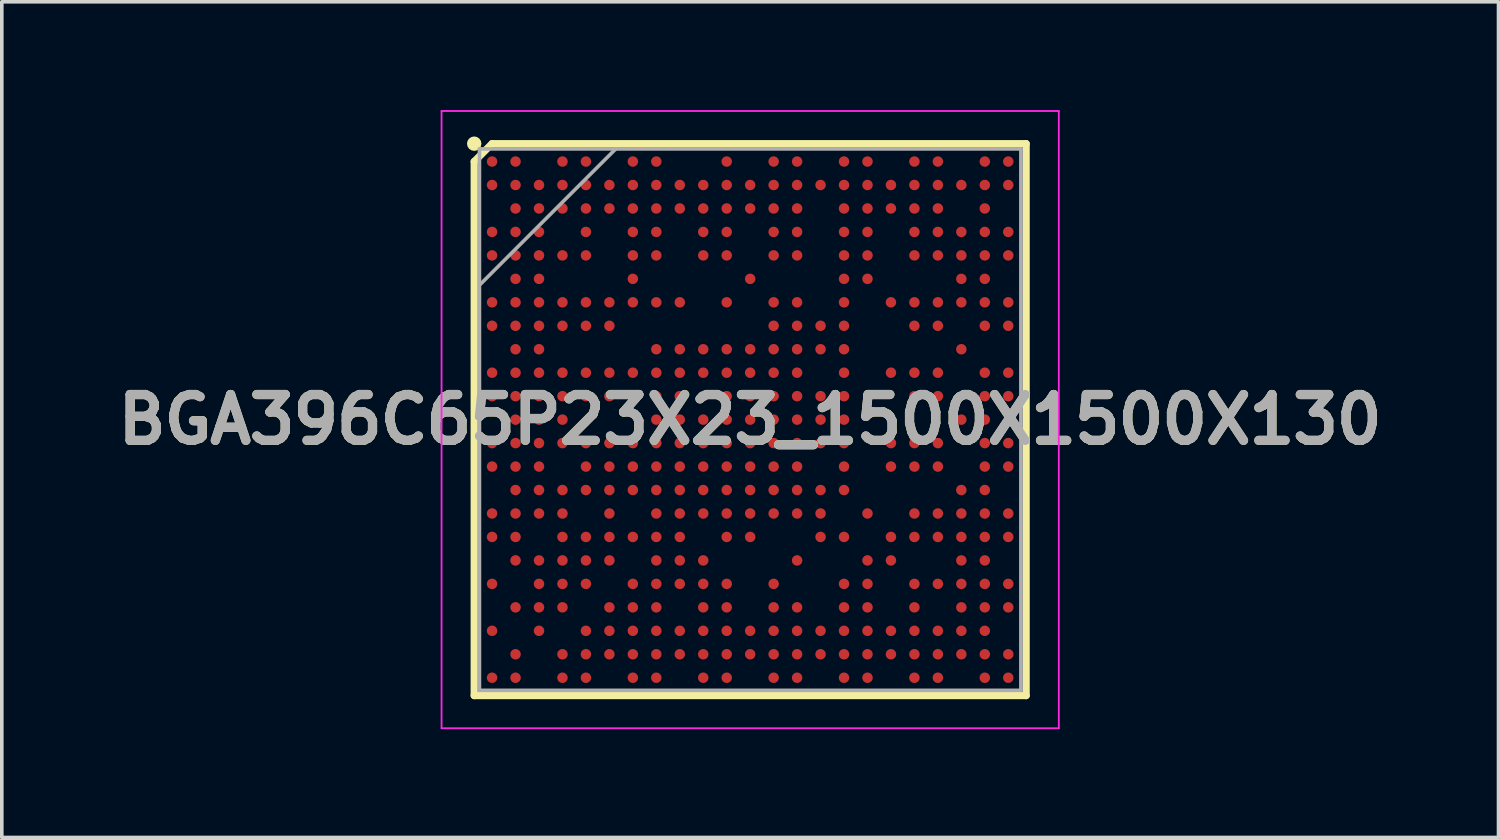
<source format=kicad_pcb>
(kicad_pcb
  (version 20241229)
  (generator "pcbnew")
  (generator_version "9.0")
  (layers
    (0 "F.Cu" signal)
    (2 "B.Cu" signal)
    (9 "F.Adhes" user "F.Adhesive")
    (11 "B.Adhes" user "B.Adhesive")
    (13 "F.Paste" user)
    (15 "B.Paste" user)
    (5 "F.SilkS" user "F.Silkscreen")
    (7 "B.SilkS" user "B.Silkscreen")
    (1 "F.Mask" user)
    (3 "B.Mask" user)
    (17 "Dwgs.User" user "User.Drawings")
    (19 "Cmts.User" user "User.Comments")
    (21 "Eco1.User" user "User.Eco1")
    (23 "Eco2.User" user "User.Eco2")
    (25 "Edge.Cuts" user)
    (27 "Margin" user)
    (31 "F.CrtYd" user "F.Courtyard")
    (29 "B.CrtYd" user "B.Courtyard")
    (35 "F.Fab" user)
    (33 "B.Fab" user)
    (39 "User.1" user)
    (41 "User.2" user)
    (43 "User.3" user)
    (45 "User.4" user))
  (footprint "BGA396C65P23X23_1500X1500X130"
    (layer "F.Cu")
    (at 17.732 8.575)
    (property "Reference" "BGA396C65P23X23_1500X1500X130" (at 0 0 0) (layer "F.SilkS") (effects (font (size 1.27 1.27) (thickness 0.254))))
    (attr smd)
    (fp_line (start -7.645 -7.15) (end -7.15 -7.645) (stroke (width 0.2) (type solid)) (layer "F.SilkS"))
    (fp_line (start -7.645 7.645) (end -7.645 -7.15) (stroke (width 0.2) (type solid)) (layer "F.SilkS"))
    (fp_line (start -7.15 -7.645) (end 7.645 -7.645) (stroke (width 0.2) (type solid)) (layer "F.SilkS"))
    (fp_line (start 7.645 -7.645) (end 7.645 7.645) (stroke (width 0.2) (type solid)) (layer "F.SilkS"))
    (fp_line (start 7.645 7.645) (end -7.645 7.645) (stroke (width 0.2) (type solid)) (layer "F.SilkS"))
    (fp_circle (center -7.645 -7.645) (end -7.645 -7.545) (stroke (width 0.2) (type solid)) (fill no) (layer "F.SilkS"))
    (fp_line (start -8.55 -8.55) (end 8.55 -8.55) (stroke (width 0.05) (type solid)) (layer "F.CrtYd"))
    (fp_line (start -8.55 8.55) (end -8.55 -8.55) (stroke (width 0.05) (type solid)) (layer "F.CrtYd"))
    (fp_line (start 8.55 -8.55) (end 8.55 8.55) (stroke (width 0.05) (type solid)) (layer "F.CrtYd"))
    (fp_line (start 8.55 8.55) (end -8.55 8.55) (stroke (width 0.05) (type solid)) (layer "F.CrtYd"))
    (fp_line (start -7.5 -7.5) (end 7.5 -7.5) (stroke (width 0.1) (type solid)) (layer "F.Fab"))
    (fp_line (start -7.5 -3.725) (end -3.725 -7.5) (stroke (width 0.1) (type solid)) (layer "F.Fab"))
    (fp_line (start -7.5 7.5) (end -7.5 -7.5) (stroke (width 0.1) (type solid)) (layer "F.Fab"))
    (fp_line (start 7.5 -7.5) (end 7.5 7.5) (stroke (width 0.1) (type solid)) (layer "F.Fab"))
    (fp_line (start 7.5 7.5) (end -7.5 7.5) (stroke (width 0.1) (type solid)) (layer "F.Fab"))
    (fp_text user "${REFERENCE}" (at 0 0 0) (layer "F.Fab") (effects (font (size 1.27 1.27) (thickness 0.254))))
    (pad "A1" smd circle (at -7.15 -7.15 90) (size 0.29 0.29) (layers "F.Cu" "F.Mask" "F.Paste"))
    (pad "A2" smd circle (at -6.5 -7.15 90) (size 0.29 0.29) (layers "F.Cu" "F.Mask" "F.Paste"))
    (pad "A4" smd circle (at -5.2 -7.15 90) (size 0.29 0.29) (layers "F.Cu" "F.Mask" "F.Paste"))
    (pad "A5" smd circle (at -4.55 -7.15 90) (size 0.29 0.29) (layers "F.Cu" "F.Mask" "F.Paste"))
    (pad "A7" smd circle (at -3.25 -7.15 90) (size 0.29 0.29) (layers "F.Cu" "F.Mask" "F.Paste"))
    (pad "A8" smd circle (at -2.6 -7.15 90) (size 0.29 0.29) (layers "F.Cu" "F.Mask" "F.Paste"))
    (pad "A11" smd circle (at -0.65 -7.15 90) (size 0.29 0.29) (layers "F.Cu" "F.Mask" "F.Paste"))
    (pad "A13" smd circle (at 0.65 -7.15 90) (size 0.29 0.29) (layers "F.Cu" "F.Mask" "F.Paste"))
    (pad "A14" smd circle (at 1.3 -7.15 90) (size 0.29 0.29) (layers "F.Cu" "F.Mask" "F.Paste"))
    (pad "A16" smd circle (at 2.6 -7.15 90) (size 0.29 0.29) (layers "F.Cu" "F.Mask" "F.Paste"))
    (pad "A17" smd circle (at 3.25 -7.15 90) (size 0.29 0.29) (layers "F.Cu" "F.Mask" "F.Paste"))
    (pad "A19" smd circle (at 4.55 -7.15 90) (size 0.29 0.29) (layers "F.Cu" "F.Mask" "F.Paste"))
    (pad "A20" smd circle (at 5.2 -7.15 90) (size 0.29 0.29) (layers "F.Cu" "F.Mask" "F.Paste"))
    (pad "A22" smd circle (at 6.5 -7.15 90) (size 0.29 0.29) (layers "F.Cu" "F.Mask" "F.Paste"))
    (pad "A23" smd circle (at 7.15 -7.15 90) (size 0.29 0.29) (layers "F.Cu" "F.Mask" "F.Paste"))
    (pad "AA1" smd circle (at -7.15 5.85 90) (size 0.29 0.29) (layers "F.Cu" "F.Mask" "F.Paste"))
    (pad "AA3" smd circle (at -5.85 5.85 90) (size 0.29 0.29) (layers "F.Cu" "F.Mask" "F.Paste"))
    (pad "AA5" smd circle (at -4.55 5.85 90) (size 0.29 0.29) (layers "F.Cu" "F.Mask" "F.Paste"))
    (pad "AA6" smd circle (at -3.9 5.85 90) (size 0.29 0.29) (layers "F.Cu" "F.Mask" "F.Paste"))
    (pad "AA7" smd circle (at -3.25 5.85 90) (size 0.29 0.29) (layers "F.Cu" "F.Mask" "F.Paste"))
    (pad "AA8" smd circle (at -2.6 5.85 90) (size 0.29 0.29) (layers "F.Cu" "F.Mask" "F.Paste"))
    (pad "AA9" smd circle (at -1.95 5.85 90) (size 0.29 0.29) (layers "F.Cu" "F.Mask" "F.Paste"))
    (pad "AA10" smd circle (at -1.3 5.85 90) (size 0.29 0.29) (layers "F.Cu" "F.Mask" "F.Paste"))
    (pad "AA11" smd circle (at -0.65 5.85 90) (size 0.29 0.29) (layers "F.Cu" "F.Mask" "F.Paste"))
    (pad "AA12" smd circle (at 0 5.85 90) (size 0.29 0.29) (layers "F.Cu" "F.Mask" "F.Paste"))
    (pad "AA13" smd circle (at 0.65 5.85 90) (size 0.29 0.29) (layers "F.Cu" "F.Mask" "F.Paste"))
    (pad "AA14" smd circle (at 1.3 5.85 90) (size 0.29 0.29) (layers "F.Cu" "F.Mask" "F.Paste"))
    (pad "AA15" smd circle (at 1.95 5.85 90) (size 0.29 0.29) (layers "F.Cu" "F.Mask" "F.Paste"))
    (pad "AA16" smd circle (at 2.6 5.85 90) (size 0.29 0.29) (layers "F.Cu" "F.Mask" "F.Paste"))
    (pad "AA17" smd circle (at 3.25 5.85 90) (size 0.29 0.29) (layers "F.Cu" "F.Mask" "F.Paste"))
    (pad "AA18" smd circle (at 3.9 5.85 90) (size 0.29 0.29) (layers "F.Cu" "F.Mask" "F.Paste"))
    (pad "AA19" smd circle (at 4.55 5.85 90) (size 0.29 0.29) (layers "F.Cu" "F.Mask" "F.Paste"))
    (pad "AA20" smd circle (at 5.2 5.85 90) (size 0.29 0.29) (layers "F.Cu" "F.Mask" "F.Paste"))
    (pad "AA21" smd circle (at 5.85 5.85 90) (size 0.29 0.29) (layers "F.Cu" "F.Mask" "F.Paste"))
    (pad "AA22" smd circle (at 6.5 5.85 90) (size 0.29 0.29) (layers "F.Cu" "F.Mask" "F.Paste"))
    (pad "AB2" smd circle (at -6.5 6.5 90) (size 0.29 0.29) (layers "F.Cu" "F.Mask" "F.Paste"))
    (pad "AB4" smd circle (at -5.2 6.5 90) (size 0.29 0.29) (layers "F.Cu" "F.Mask" "F.Paste"))
    (pad "AB5" smd circle (at -4.55 6.5 90) (size 0.29 0.29) (layers "F.Cu" "F.Mask" "F.Paste"))
    (pad "AB6" smd circle (at -3.9 6.5 90) (size 0.29 0.29) (layers "F.Cu" "F.Mask" "F.Paste"))
    (pad "AB7" smd circle (at -3.25 6.5 90) (size 0.29 0.29) (layers "F.Cu" "F.Mask" "F.Paste"))
    (pad "AB8" smd circle (at -2.6 6.5 90) (size 0.29 0.29) (layers "F.Cu" "F.Mask" "F.Paste"))
    (pad "AB9" smd circle (at -1.95 6.5 90) (size 0.29 0.29) (layers "F.Cu" "F.Mask" "F.Paste"))
    (pad "AB10" smd circle (at -1.3 6.5 90) (size 0.29 0.29) (layers "F.Cu" "F.Mask" "F.Paste"))
    (pad "AB11" smd circle (at -0.65 6.5 90) (size 0.29 0.29) (layers "F.Cu" "F.Mask" "F.Paste"))
    (pad "AB12" smd circle (at 0 6.5 90) (size 0.29 0.29) (layers "F.Cu" "F.Mask" "F.Paste"))
    (pad "AB13" smd circle (at 0.65 6.5 90) (size 0.29 0.29) (layers "F.Cu" "F.Mask" "F.Paste"))
    (pad "AB14" smd circle (at 1.3 6.5 90) (size 0.29 0.29) (layers "F.Cu" "F.Mask" "F.Paste"))
    (pad "AB15" smd circle (at 1.95 6.5 90) (size 0.29 0.29) (layers "F.Cu" "F.Mask" "F.Paste"))
    (pad "AB16" smd circle (at 2.6 6.5 90) (size 0.29 0.29) (layers "F.Cu" "F.Mask" "F.Paste"))
    (pad "AB17" smd circle (at 3.25 6.5 90) (size 0.29 0.29) (layers "F.Cu" "F.Mask" "F.Paste"))
    (pad "AB18" smd circle (at 3.9 6.5 90) (size 0.29 0.29) (layers "F.Cu" "F.Mask" "F.Paste"))
    (pad "AB19" smd circle (at 4.55 6.5 90) (size 0.29 0.29) (layers "F.Cu" "F.Mask" "F.Paste"))
    (pad "AB20" smd circle (at 5.2 6.5 90) (size 0.29 0.29) (layers "F.Cu" "F.Mask" "F.Paste"))
    (pad "AB21" smd circle (at 5.85 6.5 90) (size 0.29 0.29) (layers "F.Cu" "F.Mask" "F.Paste"))
    (pad "AB22" smd circle (at 6.5 6.5 90) (size 0.29 0.29) (layers "F.Cu" "F.Mask" "F.Paste"))
    (pad "AB23" smd circle (at 7.15 6.5 90) (size 0.29 0.29) (layers "F.Cu" "F.Mask" "F.Paste"))
    (pad "AC1" smd circle (at -7.15 7.15 90) (size 0.29 0.29) (layers "F.Cu" "F.Mask" "F.Paste"))
    (pad "AC2" smd circle (at -6.5 7.15 90) (size 0.29 0.29) (layers "F.Cu" "F.Mask" "F.Paste"))
    (pad "AC4" smd circle (at -5.2 7.15 90) (size 0.29 0.29) (layers "F.Cu" "F.Mask" "F.Paste"))
    (pad "AC5" smd circle (at -4.55 7.15 90) (size 0.29 0.29) (layers "F.Cu" "F.Mask" "F.Paste"))
    (pad "AC7" smd circle (at -3.25 7.15 90) (size 0.29 0.29) (layers "F.Cu" "F.Mask" "F.Paste"))
    (pad "AC8" smd circle (at -2.6 7.15 90) (size 0.29 0.29) (layers "F.Cu" "F.Mask" "F.Paste"))
    (pad "AC10" smd circle (at -1.3 7.15 90) (size 0.29 0.29) (layers "F.Cu" "F.Mask" "F.Paste"))
    (pad "AC11" smd circle (at -0.65 7.15 90) (size 0.29 0.29) (layers "F.Cu" "F.Mask" "F.Paste"))
    (pad "AC13" smd circle (at 0.65 7.15 90) (size 0.29 0.29) (layers "F.Cu" "F.Mask" "F.Paste"))
    (pad "AC14" smd circle (at 1.3 7.15 90) (size 0.29 0.29) (layers "F.Cu" "F.Mask" "F.Paste"))
    (pad "AC16" smd circle (at 2.6 7.15 90) (size 0.29 0.29) (layers "F.Cu" "F.Mask" "F.Paste"))
    (pad "AC17" smd circle (at 3.25 7.15 90) (size 0.29 0.29) (layers "F.Cu" "F.Mask" "F.Paste"))
    (pad "AC19" smd circle (at 4.55 7.15 90) (size 0.29 0.29) (layers "F.Cu" "F.Mask" "F.Paste"))
    (pad "AC20" smd circle (at 5.2 7.15 90) (size 0.29 0.29) (layers "F.Cu" "F.Mask" "F.Paste"))
    (pad "AC22" smd circle (at 6.5 7.15 90) (size 0.29 0.29) (layers "F.Cu" "F.Mask" "F.Paste"))
    (pad "AC23" smd circle (at 7.15 7.15 90) (size 0.29 0.29) (layers "F.Cu" "F.Mask" "F.Paste"))
    (pad "B1" smd circle (at -7.15 -6.5 90) (size 0.29 0.29) (layers "F.Cu" "F.Mask" "F.Paste"))
    (pad "B2" smd circle (at -6.5 -6.5 90) (size 0.29 0.29) (layers "F.Cu" "F.Mask" "F.Paste"))
    (pad "B3" smd circle (at -5.85 -6.5 90) (size 0.29 0.29) (layers "F.Cu" "F.Mask" "F.Paste"))
    (pad "B4" smd circle (at -5.2 -6.5 90) (size 0.29 0.29) (layers "F.Cu" "F.Mask" "F.Paste"))
    (pad "B5" smd circle (at -4.55 -6.5 90) (size 0.29 0.29) (layers "F.Cu" "F.Mask" "F.Paste"))
    (pad "B6" smd circle (at -3.9 -6.5 90) (size 0.29 0.29) (layers "F.Cu" "F.Mask" "F.Paste"))
    (pad "B7" smd circle (at -3.25 -6.5 90) (size 0.29 0.29) (layers "F.Cu" "F.Mask" "F.Paste"))
    (pad "B8" smd circle (at -2.6 -6.5 90) (size 0.29 0.29) (layers "F.Cu" "F.Mask" "F.Paste"))
    (pad "B9" smd circle (at -1.95 -6.5 90) (size 0.29 0.29) (layers "F.Cu" "F.Mask" "F.Paste"))
    (pad "B10" smd circle (at -1.3 -6.5 90) (size 0.29 0.29) (layers "F.Cu" "F.Mask" "F.Paste"))
    (pad "B11" smd circle (at -0.65 -6.5 90) (size 0.29 0.29) (layers "F.Cu" "F.Mask" "F.Paste"))
    (pad "B12" smd circle (at 0 -6.5 90) (size 0.29 0.29) (layers "F.Cu" "F.Mask" "F.Paste"))
    (pad "B13" smd circle (at 0.65 -6.5 90) (size 0.29 0.29) (layers "F.Cu" "F.Mask" "F.Paste"))
    (pad "B14" smd circle (at 1.3 -6.5 90) (size 0.29 0.29) (layers "F.Cu" "F.Mask" "F.Paste"))
    (pad "B15" smd circle (at 1.95 -6.5 90) (size 0.29 0.29) (layers "F.Cu" "F.Mask" "F.Paste"))
    (pad "B16" smd circle (at 2.6 -6.5 90) (size 0.29 0.29) (layers "F.Cu" "F.Mask" "F.Paste"))
    (pad "B17" smd circle (at 3.25 -6.5 90) (size 0.29 0.29) (layers "F.Cu" "F.Mask" "F.Paste"))
    (pad "B18" smd circle (at 3.9 -6.5 90) (size 0.29 0.29) (layers "F.Cu" "F.Mask" "F.Paste"))
    (pad "B19" smd circle (at 4.55 -6.5 90) (size 0.29 0.29) (layers "F.Cu" "F.Mask" "F.Paste"))
    (pad "B20" smd circle (at 5.2 -6.5 90) (size 0.29 0.29) (layers "F.Cu" "F.Mask" "F.Paste"))
    (pad "B21" smd circle (at 5.85 -6.5 90) (size 0.29 0.29) (layers "F.Cu" "F.Mask" "F.Paste"))
    (pad "B22" smd circle (at 6.5 -6.5 90) (size 0.29 0.29) (layers "F.Cu" "F.Mask" "F.Paste"))
    (pad "B23" smd circle (at 7.15 -6.5 90) (size 0.29 0.29) (layers "F.Cu" "F.Mask" "F.Paste"))
    (pad "C2" smd circle (at -6.5 -5.85 90) (size 0.29 0.29) (layers "F.Cu" "F.Mask" "F.Paste"))
    (pad "C3" smd circle (at -5.85 -5.85 90) (size 0.29 0.29) (layers "F.Cu" "F.Mask" "F.Paste"))
    (pad "C4" smd circle (at -5.2 -5.85 90) (size 0.29 0.29) (layers "F.Cu" "F.Mask" "F.Paste"))
    (pad "C5" smd circle (at -4.55 -5.85 90) (size 0.29 0.29) (layers "F.Cu" "F.Mask" "F.Paste"))
    (pad "C6" smd circle (at -3.9 -5.85 90) (size 0.29 0.29) (layers "F.Cu" "F.Mask" "F.Paste"))
    (pad "C7" smd circle (at -3.25 -5.85 90) (size 0.29 0.29) (layers "F.Cu" "F.Mask" "F.Paste"))
    (pad "C8" smd circle (at -2.6 -5.85 90) (size 0.29 0.29) (layers "F.Cu" "F.Mask" "F.Paste"))
    (pad "C9" smd circle (at -1.95 -5.85 90) (size 0.29 0.29) (layers "F.Cu" "F.Mask" "F.Paste"))
    (pad "C10" smd circle (at -1.3 -5.85 90) (size 0.29 0.29) (layers "F.Cu" "F.Mask" "F.Paste"))
    (pad "C11" smd circle (at -0.65 -5.85 90) (size 0.29 0.29) (layers "F.Cu" "F.Mask" "F.Paste"))
    (pad "C12" smd circle (at 0 -5.85 90) (size 0.29 0.29) (layers "F.Cu" "F.Mask" "F.Paste"))
    (pad "C13" smd circle (at 0.65 -5.85 90) (size 0.29 0.29) (layers "F.Cu" "F.Mask" "F.Paste"))
    (pad "C14" smd circle (at 1.3 -5.85 90) (size 0.29 0.29) (layers "F.Cu" "F.Mask" "F.Paste"))
    (pad "C16" smd circle (at 2.6 -5.85 90) (size 0.29 0.29) (layers "F.Cu" "F.Mask" "F.Paste"))
    (pad "C17" smd circle (at 3.25 -5.85 90) (size 0.29 0.29) (layers "F.Cu" "F.Mask" "F.Paste"))
    (pad "C18" smd circle (at 3.9 -5.85 90) (size 0.29 0.29) (layers "F.Cu" "F.Mask" "F.Paste"))
    (pad "C19" smd circle (at 4.55 -5.85 90) (size 0.29 0.29) (layers "F.Cu" "F.Mask" "F.Paste"))
    (pad "C20" smd circle (at 5.2 -5.85 90) (size 0.29 0.29) (layers "F.Cu" "F.Mask" "F.Paste"))
    (pad "C22" smd circle (at 6.5 -5.85 90) (size 0.29 0.29) (layers "F.Cu" "F.Mask" "F.Paste"))
    (pad "D1" smd circle (at -7.15 -5.2 90) (size 0.29 0.29) (layers "F.Cu" "F.Mask" "F.Paste"))
    (pad "D2" smd circle (at -6.5 -5.2 90) (size 0.29 0.29) (layers "F.Cu" "F.Mask" "F.Paste"))
    (pad "D3" smd circle (at -5.85 -5.2 90) (size 0.29 0.29) (layers "F.Cu" "F.Mask" "F.Paste"))
    (pad "D5" smd circle (at -4.55 -5.2 90) (size 0.29 0.29) (layers "F.Cu" "F.Mask" "F.Paste"))
    (pad "D7" smd circle (at -3.25 -5.2 90) (size 0.29 0.29) (layers "F.Cu" "F.Mask" "F.Paste"))
    (pad "D8" smd circle (at -2.6 -5.2 90) (size 0.29 0.29) (layers "F.Cu" "F.Mask" "F.Paste"))
    (pad "D10" smd circle (at -1.3 -5.2 90) (size 0.29 0.29) (layers "F.Cu" "F.Mask" "F.Paste"))
    (pad "D11" smd circle (at -0.65 -5.2 90) (size 0.29 0.29) (layers "F.Cu" "F.Mask" "F.Paste"))
    (pad "D13" smd circle (at 0.65 -5.2 90) (size 0.29 0.29) (layers "F.Cu" "F.Mask" "F.Paste"))
    (pad "D14" smd circle (at 1.3 -5.2 90) (size 0.29 0.29) (layers "F.Cu" "F.Mask" "F.Paste"))
    (pad "D16" smd circle (at 2.6 -5.2 90) (size 0.29 0.29) (layers "F.Cu" "F.Mask" "F.Paste"))
    (pad "D17" smd circle (at 3.25 -5.2 90) (size 0.29 0.29) (layers "F.Cu" "F.Mask" "F.Paste"))
    (pad "D19" smd circle (at 4.55 -5.2 90) (size 0.29 0.29) (layers "F.Cu" "F.Mask" "F.Paste"))
    (pad "D20" smd circle (at 5.2 -5.2 90) (size 0.29 0.29) (layers "F.Cu" "F.Mask" "F.Paste"))
    (pad "D21" smd circle (at 5.85 -5.2 90) (size 0.29 0.29) (layers "F.Cu" "F.Mask" "F.Paste"))
    (pad "D22" smd circle (at 6.5 -5.2 90) (size 0.29 0.29) (layers "F.Cu" "F.Mask" "F.Paste"))
    (pad "D23" smd circle (at 7.15 -5.2 90) (size 0.29 0.29) (layers "F.Cu" "F.Mask" "F.Paste"))
    (pad "E1" smd circle (at -7.15 -4.55 90) (size 0.29 0.29) (layers "F.Cu" "F.Mask" "F.Paste"))
    (pad "E2" smd circle (at -6.5 -4.55 90) (size 0.29 0.29) (layers "F.Cu" "F.Mask" "F.Paste"))
    (pad "E3" smd circle (at -5.85 -4.55 90) (size 0.29 0.29) (layers "F.Cu" "F.Mask" "F.Paste"))
    (pad "E4" smd circle (at -5.2 -4.55 90) (size 0.29 0.29) (layers "F.Cu" "F.Mask" "F.Paste"))
    (pad "E5" smd circle (at -4.55 -4.55 90) (size 0.29 0.29) (layers "F.Cu" "F.Mask" "F.Paste"))
    (pad "E7" smd circle (at -3.25 -4.55 90) (size 0.29 0.29) (layers "F.Cu" "F.Mask" "F.Paste"))
    (pad "E8" smd circle (at -2.6 -4.55 90) (size 0.29 0.29) (layers "F.Cu" "F.Mask" "F.Paste"))
    (pad "E10" smd circle (at -1.3 -4.55 90) (size 0.29 0.29) (layers "F.Cu" "F.Mask" "F.Paste"))
    (pad "E11" smd circle (at -0.65 -4.55 90) (size 0.29 0.29) (layers "F.Cu" "F.Mask" "F.Paste"))
    (pad "E13" smd circle (at 0.65 -4.55 90) (size 0.29 0.29) (layers "F.Cu" "F.Mask" "F.Paste"))
    (pad "E14" smd circle (at 1.3 -4.55 90) (size 0.29 0.29) (layers "F.Cu" "F.Mask" "F.Paste"))
    (pad "E16" smd circle (at 2.6 -4.55 90) (size 0.29 0.29) (layers "F.Cu" "F.Mask" "F.Paste"))
    (pad "E17" smd circle (at 3.25 -4.55 90) (size 0.29 0.29) (layers "F.Cu" "F.Mask" "F.Paste"))
    (pad "E19" smd circle (at 4.55 -4.55 90) (size 0.29 0.29) (layers "F.Cu" "F.Mask" "F.Paste"))
    (pad "E20" smd circle (at 5.2 -4.55 90) (size 0.29 0.29) (layers "F.Cu" "F.Mask" "F.Paste"))
    (pad "E21" smd circle (at 5.85 -4.55 90) (size 0.29 0.29) (layers "F.Cu" "F.Mask" "F.Paste"))
    (pad "E22" smd circle (at 6.5 -4.55 90) (size 0.29 0.29) (layers "F.Cu" "F.Mask" "F.Paste"))
    (pad "E23" smd circle (at 7.15 -4.55 90) (size 0.29 0.29) (layers "F.Cu" "F.Mask" "F.Paste"))
    (pad "F2" smd circle (at -6.5 -3.9 90) (size 0.29 0.29) (layers "F.Cu" "F.Mask" "F.Paste"))
    (pad "F3" smd circle (at -5.85 -3.9 90) (size 0.29 0.29) (layers "F.Cu" "F.Mask" "F.Paste"))
    (pad "F7" smd circle (at -3.25 -3.9 90) (size 0.29 0.29) (layers "F.Cu" "F.Mask" "F.Paste"))
    (pad "F12" smd circle (at 0 -3.9 90) (size 0.29 0.29) (layers "F.Cu" "F.Mask" "F.Paste"))
    (pad "F16" smd circle (at 2.6 -3.9 90) (size 0.29 0.29) (layers "F.Cu" "F.Mask" "F.Paste"))
    (pad "F17" smd circle (at 3.25 -3.9 90) (size 0.29 0.29) (layers "F.Cu" "F.Mask" "F.Paste"))
    (pad "F21" smd circle (at 5.85 -3.9 90) (size 0.29 0.29) (layers "F.Cu" "F.Mask" "F.Paste"))
    (pad "F22" smd circle (at 6.5 -3.9 90) (size 0.29 0.29) (layers "F.Cu" "F.Mask" "F.Paste"))
    (pad "G1" smd circle (at -7.15 -3.25 90) (size 0.29 0.29) (layers "F.Cu" "F.Mask" "F.Paste"))
    (pad "G2" smd circle (at -6.5 -3.25 90) (size 0.29 0.29) (layers "F.Cu" "F.Mask" "F.Paste"))
    (pad "G3" smd circle (at -5.85 -3.25 90) (size 0.29 0.29) (layers "F.Cu" "F.Mask" "F.Paste"))
    (pad "G4" smd circle (at -5.2 -3.25 90) (size 0.29 0.29) (layers "F.Cu" "F.Mask" "F.Paste"))
    (pad "G5" smd circle (at -4.55 -3.25 90) (size 0.29 0.29) (layers "F.Cu" "F.Mask" "F.Paste"))
    (pad "G6" smd circle (at -3.9 -3.25 90) (size 0.29 0.29) (layers "F.Cu" "F.Mask" "F.Paste"))
    (pad "G7" smd circle (at -3.25 -3.25 90) (size 0.29 0.29) (layers "F.Cu" "F.Mask" "F.Paste"))
    (pad "G8" smd circle (at -2.6 -3.25 90) (size 0.29 0.29) (layers "F.Cu" "F.Mask" "F.Paste"))
    (pad "G9" smd circle (at -1.95 -3.25 90) (size 0.29 0.29) (layers "F.Cu" "F.Mask" "F.Paste"))
    (pad "G11" smd circle (at -0.65 -3.25 90) (size 0.29 0.29) (layers "F.Cu" "F.Mask" "F.Paste"))
    (pad "G13" smd circle (at 0.65 -3.25 90) (size 0.29 0.29) (layers "F.Cu" "F.Mask" "F.Paste"))
    (pad "G14" smd circle (at 1.3 -3.25 90) (size 0.29 0.29) (layers "F.Cu" "F.Mask" "F.Paste"))
    (pad "G16" smd circle (at 2.6 -3.25 90) (size 0.29 0.29) (layers "F.Cu" "F.Mask" "F.Paste"))
    (pad "G18" smd circle (at 3.9 -3.25 90) (size 0.29 0.29) (layers "F.Cu" "F.Mask" "F.Paste"))
    (pad "G19" smd circle (at 4.55 -3.25 90) (size 0.29 0.29) (layers "F.Cu" "F.Mask" "F.Paste"))
    (pad "G20" smd circle (at 5.2 -3.25 90) (size 0.29 0.29) (layers "F.Cu" "F.Mask" "F.Paste"))
    (pad "G21" smd circle (at 5.85 -3.25 90) (size 0.29 0.29) (layers "F.Cu" "F.Mask" "F.Paste"))
    (pad "G22" smd circle (at 6.5 -3.25 90) (size 0.29 0.29) (layers "F.Cu" "F.Mask" "F.Paste"))
    (pad "G23" smd circle (at 7.15 -3.25 90) (size 0.29 0.29) (layers "F.Cu" "F.Mask" "F.Paste"))
    (pad "H1" smd circle (at -7.15 -2.6 90) (size 0.29 0.29) (layers "F.Cu" "F.Mask" "F.Paste"))
    (pad "H2" smd circle (at -6.5 -2.6 90) (size 0.29 0.29) (layers "F.Cu" "F.Mask" "F.Paste"))
    (pad "H3" smd circle (at -5.85 -2.6 90) (size 0.29 0.29) (layers "F.Cu" "F.Mask" "F.Paste"))
    (pad "H4" smd circle (at -5.2 -2.6 90) (size 0.29 0.29) (layers "F.Cu" "F.Mask" "F.Paste"))
    (pad "H5" smd circle (at -4.55 -2.6 90) (size 0.29 0.29) (layers "F.Cu" "F.Mask" "F.Paste"))
    (pad "H6" smd circle (at -3.9 -2.6 90) (size 0.29 0.29) (layers "F.Cu" "F.Mask" "F.Paste"))
    (pad "H13" smd circle (at 0.65 -2.6 90) (size 0.29 0.29) (layers "F.Cu" "F.Mask" "F.Paste"))
    (pad "H14" smd circle (at 1.3 -2.6 90) (size 0.29 0.29) (layers "F.Cu" "F.Mask" "F.Paste"))
    (pad "H15" smd circle (at 1.95 -2.6 90) (size 0.29 0.29) (layers "F.Cu" "F.Mask" "F.Paste"))
    (pad "H16" smd circle (at 2.6 -2.6 90) (size 0.29 0.29) (layers "F.Cu" "F.Mask" "F.Paste"))
    (pad "H19" smd circle (at 4.55 -2.6 90) (size 0.29 0.29) (layers "F.Cu" "F.Mask" "F.Paste"))
    (pad "H20" smd circle (at 5.2 -2.6 90) (size 0.29 0.29) (layers "F.Cu" "F.Mask" "F.Paste"))
    (pad "H22" smd circle (at 6.5 -2.6 90) (size 0.29 0.29) (layers "F.Cu" "F.Mask" "F.Paste"))
    (pad "H23" smd circle (at 7.15 -2.6 90) (size 0.29 0.29) (layers "F.Cu" "F.Mask" "F.Paste"))
    (pad "J2" smd circle (at -6.5 -1.95 90) (size 0.29 0.29) (layers "F.Cu" "F.Mask" "F.Paste"))
    (pad "J3" smd circle (at -5.85 -1.95 90) (size 0.29 0.29) (layers "F.Cu" "F.Mask" "F.Paste"))
    (pad "J8" smd circle (at -2.6 -1.95 90) (size 0.29 0.29) (layers "F.Cu" "F.Mask" "F.Paste"))
    (pad "J9" smd circle (at -1.95 -1.95 90) (size 0.29 0.29) (layers "F.Cu" "F.Mask" "F.Paste"))
    (pad "J10" smd circle (at -1.3 -1.95 90) (size 0.29 0.29) (layers "F.Cu" "F.Mask" "F.Paste"))
    (pad "J11" smd circle (at -0.65 -1.95 90) (size 0.29 0.29) (layers "F.Cu" "F.Mask" "F.Paste"))
    (pad "J12" smd circle (at 0 -1.95 90) (size 0.29 0.29) (layers "F.Cu" "F.Mask" "F.Paste"))
    (pad "J13" smd circle (at 0.65 -1.95 90) (size 0.29 0.29) (layers "F.Cu" "F.Mask" "F.Paste"))
    (pad "J14" smd circle (at 1.3 -1.95 90) (size 0.29 0.29) (layers "F.Cu" "F.Mask" "F.Paste"))
    (pad "J15" smd circle (at 1.95 -1.95 90) (size 0.29 0.29) (layers "F.Cu" "F.Mask" "F.Paste"))
    (pad "J16" smd circle (at 2.6 -1.95 90) (size 0.29 0.29) (layers "F.Cu" "F.Mask" "F.Paste"))
    (pad "J21" smd circle (at 5.85 -1.95 90) (size 0.29 0.29) (layers "F.Cu" "F.Mask" "F.Paste"))
    (pad "K1" smd circle (at -7.15 -1.3 90) (size 0.29 0.29) (layers "F.Cu" "F.Mask" "F.Paste"))
    (pad "K2" smd circle (at -6.5 -1.3 90) (size 0.29 0.29) (layers "F.Cu" "F.Mask" "F.Paste"))
    (pad "K3" smd circle (at -5.85 -1.3 90) (size 0.29 0.29) (layers "F.Cu" "F.Mask" "F.Paste"))
    (pad "K4" smd circle (at -5.2 -1.3 90) (size 0.29 0.29) (layers "F.Cu" "F.Mask" "F.Paste"))
    (pad "K5" smd circle (at -4.55 -1.3 90) (size 0.29 0.29) (layers "F.Cu" "F.Mask" "F.Paste"))
    (pad "K6" smd circle (at -3.9 -1.3 90) (size 0.29 0.29) (layers "F.Cu" "F.Mask" "F.Paste"))
    (pad "K7" smd circle (at -3.25 -1.3 90) (size 0.29 0.29) (layers "F.Cu" "F.Mask" "F.Paste"))
    (pad "K8" smd circle (at -2.6 -1.3 90) (size 0.29 0.29) (layers "F.Cu" "F.Mask" "F.Paste"))
    (pad "K9" smd circle (at -1.95 -1.3 90) (size 0.29 0.29) (layers "F.Cu" "F.Mask" "F.Paste"))
    (pad "K10" smd circle (at -1.3 -1.3 90) (size 0.29 0.29) (layers "F.Cu" "F.Mask" "F.Paste"))
    (pad "K11" smd circle (at -0.65 -1.3 90) (size 0.29 0.29) (layers "F.Cu" "F.Mask" "F.Paste"))
    (pad "K12" smd circle (at 0 -1.3 90) (size 0.29 0.29) (layers "F.Cu" "F.Mask" "F.Paste"))
    (pad "K13" smd circle (at 0.65 -1.3 90) (size 0.29 0.29) (layers "F.Cu" "F.Mask" "F.Paste"))
    (pad "K14" smd circle (at 1.3 -1.3 90) (size 0.29 0.29) (layers "F.Cu" "F.Mask" "F.Paste"))
    (pad "K16" smd circle (at 2.6 -1.3 90) (size 0.29 0.29) (layers "F.Cu" "F.Mask" "F.Paste"))
    (pad "K18" smd circle (at 3.9 -1.3 90) (size 0.29 0.29) (layers "F.Cu" "F.Mask" "F.Paste"))
    (pad "K19" smd circle (at 4.55 -1.3 90) (size 0.29 0.29) (layers "F.Cu" "F.Mask" "F.Paste"))
    (pad "K20" smd circle (at 5.2 -1.3 90) (size 0.29 0.29) (layers "F.Cu" "F.Mask" "F.Paste"))
    (pad "K22" smd circle (at 6.5 -1.3 90) (size 0.29 0.29) (layers "F.Cu" "F.Mask" "F.Paste"))
    (pad "K23" smd circle (at 7.15 -1.3 90) (size 0.29 0.29) (layers "F.Cu" "F.Mask" "F.Paste"))
    (pad "L1" smd circle (at -7.15 -0.65 90) (size 0.29 0.29) (layers "F.Cu" "F.Mask" "F.Paste"))
    (pad "L2" smd circle (at -6.5 -0.65 90) (size 0.29 0.29) (layers "F.Cu" "F.Mask" "F.Paste"))
    (pad "L3" smd circle (at -5.85 -0.65 90) (size 0.29 0.29) (layers "F.Cu" "F.Mask" "F.Paste"))
    (pad "L4" smd circle (at -5.2 -0.65 90) (size 0.29 0.29) (layers "F.Cu" "F.Mask" "F.Paste"))
    (pad "L5" smd circle (at -4.55 -0.65 90) (size 0.29 0.29) (layers "F.Cu" "F.Mask" "F.Paste"))
    (pad "L6" smd circle (at -3.9 -0.65 90) (size 0.29 0.29) (layers "F.Cu" "F.Mask" "F.Paste"))
    (pad "L7" smd circle (at -3.25 -0.65 90) (size 0.29 0.29) (layers "F.Cu" "F.Mask" "F.Paste"))
    (pad "L8" smd circle (at -2.6 -0.65 90) (size 0.29 0.29) (layers "F.Cu" "F.Mask" "F.Paste"))
    (pad "L9" smd circle (at -1.95 -0.65 90) (size 0.29 0.29) (layers "F.Cu" "F.Mask" "F.Paste"))
    (pad "L10" smd circle (at -1.3 -0.65 90) (size 0.29 0.29) (layers "F.Cu" "F.Mask" "F.Paste"))
    (pad "L11" smd circle (at -0.65 -0.65 90) (size 0.29 0.29) (layers "F.Cu" "F.Mask" "F.Paste"))
    (pad "L12" smd circle (at 0 -0.65 90) (size 0.29 0.29) (layers "F.Cu" "F.Mask" "F.Paste"))
    (pad "L13" smd circle (at 0.65 -0.65 90) (size 0.29 0.29) (layers "F.Cu" "F.Mask" "F.Paste"))
    (pad "L14" smd circle (at 1.3 -0.65 90) (size 0.29 0.29) (layers "F.Cu" "F.Mask" "F.Paste"))
    (pad "L15" smd circle (at 1.95 -0.65 90) (size 0.29 0.29) (layers "F.Cu" "F.Mask" "F.Paste"))
    (pad "L16" smd circle (at 2.6 -0.65 90) (size 0.29 0.29) (layers "F.Cu" "F.Mask" "F.Paste"))
    (pad "L19" smd circle (at 4.55 -0.65 90) (size 0.29 0.29) (layers "F.Cu" "F.Mask" "F.Paste"))
    (pad "L20" smd circle (at 5.2 -0.65 90) (size 0.29 0.29) (layers "F.Cu" "F.Mask" "F.Paste"))
    (pad "L22" smd circle (at 6.5 -0.65 90) (size 0.29 0.29) (layers "F.Cu" "F.Mask" "F.Paste"))
    (pad "L23" smd circle (at 7.15 -0.65 90) (size 0.29 0.29) (layers "F.Cu" "F.Mask" "F.Paste"))
    (pad "M2" smd circle (at -6.5 0 90) (size 0.29 0.29) (layers "F.Cu" "F.Mask" "F.Paste"))
    (pad "M3" smd circle (at -5.85 0 90) (size 0.29 0.29) (layers "F.Cu" "F.Mask" "F.Paste"))
    (pad "M4" smd circle (at -5.2 0 90) (size 0.29 0.29) (layers "F.Cu" "F.Mask" "F.Paste"))
    (pad "M8" smd circle (at -2.6 0 90) (size 0.29 0.29) (layers "F.Cu" "F.Mask" "F.Paste"))
    (pad "M9" smd circle (at -1.95 0 90) (size 0.29 0.29) (layers "F.Cu" "F.Mask" "F.Paste"))
    (pad "M10" smd circle (at -1.3 0 90) (size 0.29 0.29) (layers "F.Cu" "F.Mask" "F.Paste"))
    (pad "M11" smd circle (at -0.65 0 90) (size 0.29 0.29) (layers "F.Cu" "F.Mask" "F.Paste"))
    (pad "M12" smd circle (at 0 0 90) (size 0.29 0.29) (layers "F.Cu" "F.Mask" "F.Paste"))
    (pad "M13" smd circle (at 0.65 0 90) (size 0.29 0.29) (layers "F.Cu" "F.Mask" "F.Paste"))
    (pad "M14" smd circle (at 1.3 0 90) (size 0.29 0.29) (layers "F.Cu" "F.Mask" "F.Paste"))
    (pad "M15" smd circle (at 1.95 0 90) (size 0.29 0.29) (layers "F.Cu" "F.Mask" "F.Paste"))
    (pad "M16" smd circle (at 2.6 0 90) (size 0.29 0.29) (layers "F.Cu" "F.Mask" "F.Paste"))
    (pad "M21" smd circle (at 5.85 0 90) (size 0.29 0.29) (layers "F.Cu" "F.Mask" "F.Paste"))
    (pad "M22" smd circle (at 6.5 0 90) (size 0.29 0.29) (layers "F.Cu" "F.Mask" "F.Paste"))
    (pad "N1" smd circle (at -7.15 0.65 90) (size 0.29 0.29) (layers "F.Cu" "F.Mask" "F.Paste"))
    (pad "N2" smd circle (at -6.5 0.65 90) (size 0.29 0.29) (layers "F.Cu" "F.Mask" "F.Paste"))
    (pad "N3" smd circle (at -5.85 0.65 90) (size 0.29 0.29) (layers "F.Cu" "F.Mask" "F.Paste"))
    (pad "N4" smd circle (at -5.2 0.65 90) (size 0.29 0.29) (layers "F.Cu" "F.Mask" "F.Paste"))
    (pad "N5" smd circle (at -4.55 0.65 90) (size 0.29 0.29) (layers "F.Cu" "F.Mask" "F.Paste"))
    (pad "N6" smd circle (at -3.9 0.65 90) (size 0.29 0.29) (layers "F.Cu" "F.Mask" "F.Paste"))
    (pad "N7" smd circle (at -3.25 0.65 90) (size 0.29 0.29) (layers "F.Cu" "F.Mask" "F.Paste"))
    (pad "N8" smd circle (at -2.6 0.65 90) (size 0.29 0.29) (layers "F.Cu" "F.Mask" "F.Paste"))
    (pad "N9" smd circle (at -1.95 0.65 90) (size 0.29 0.29) (layers "F.Cu" "F.Mask" "F.Paste"))
    (pad "N10" smd circle (at -1.3 0.65 90) (size 0.29 0.29) (layers "F.Cu" "F.Mask" "F.Paste"))
    (pad "N11" smd circle (at -0.65 0.65 90) (size 0.29 0.29) (layers "F.Cu" "F.Mask" "F.Paste"))
    (pad "N12" smd circle (at 0 0.65 90) (size 0.29 0.29) (layers "F.Cu" "F.Mask" "F.Paste"))
    (pad "N13" smd circle (at 0.65 0.65 90) (size 0.29 0.29) (layers "F.Cu" "F.Mask" "F.Paste"))
    (pad "N14" smd circle (at 1.3 0.65 90) (size 0.29 0.29) (layers "F.Cu" "F.Mask" "F.Paste"))
    (pad "N15" smd circle (at 1.95 0.65 90) (size 0.29 0.29) (layers "F.Cu" "F.Mask" "F.Paste"))
    (pad "N16" smd circle (at 2.6 0.65 90) (size 0.29 0.29) (layers "F.Cu" "F.Mask" "F.Paste"))
    (pad "N18" smd circle (at 3.9 0.65 90) (size 0.29 0.29) (layers "F.Cu" "F.Mask" "F.Paste"))
    (pad "N19" smd circle (at 4.55 0.65 90) (size 0.29 0.29) (layers "F.Cu" "F.Mask" "F.Paste"))
    (pad "N20" smd circle (at 5.2 0.65 90) (size 0.29 0.29) (layers "F.Cu" "F.Mask" "F.Paste"))
    (pad "N22" smd circle (at 6.5 0.65 90) (size 0.29 0.29) (layers "F.Cu" "F.Mask" "F.Paste"))
    (pad "N23" smd circle (at 7.15 0.65 90) (size 0.29 0.29) (layers "F.Cu" "F.Mask" "F.Paste"))
    (pad "P1" smd circle (at -7.15 1.3 90) (size 0.29 0.29) (layers "F.Cu" "F.Mask" "F.Paste"))
    (pad "P2" smd circle (at -6.5 1.3 90) (size 0.29 0.29) (layers "F.Cu" "F.Mask" "F.Paste"))
    (pad "P3" smd circle (at -5.85 1.3 90) (size 0.29 0.29) (layers "F.Cu" "F.Mask" "F.Paste"))
    (pad "P5" smd circle (at -4.55 1.3 90) (size 0.29 0.29) (layers "F.Cu" "F.Mask" "F.Paste"))
    (pad "P6" smd circle (at -3.9 1.3 90) (size 0.29 0.29) (layers "F.Cu" "F.Mask" "F.Paste"))
    (pad "P7" smd circle (at -3.25 1.3 90) (size 0.29 0.29) (layers "F.Cu" "F.Mask" "F.Paste"))
    (pad "P8" smd circle (at -2.6 1.3 90) (size 0.29 0.29) (layers "F.Cu" "F.Mask" "F.Paste"))
    (pad "P9" smd circle (at -1.95 1.3 90) (size 0.29 0.29) (layers "F.Cu" "F.Mask" "F.Paste"))
    (pad "P10" smd circle (at -1.3 1.3 90) (size 0.29 0.29) (layers "F.Cu" "F.Mask" "F.Paste"))
    (pad "P11" smd circle (at -0.65 1.3 90) (size 0.29 0.29) (layers "F.Cu" "F.Mask" "F.Paste"))
    (pad "P12" smd circle (at 0 1.3 90) (size 0.29 0.29) (layers "F.Cu" "F.Mask" "F.Paste"))
    (pad "P13" smd circle (at 0.65 1.3 90) (size 0.29 0.29) (layers "F.Cu" "F.Mask" "F.Paste"))
    (pad "P14" smd circle (at 1.3 1.3 90) (size 0.29 0.29) (layers "F.Cu" "F.Mask" "F.Paste"))
    (pad "P16" smd circle (at 2.6 1.3 90) (size 0.29 0.29) (layers "F.Cu" "F.Mask" "F.Paste"))
    (pad "P18" smd circle (at 3.9 1.3 90) (size 0.29 0.29) (layers "F.Cu" "F.Mask" "F.Paste"))
    (pad "P19" smd circle (at 4.55 1.3 90) (size 0.29 0.29) (layers "F.Cu" "F.Mask" "F.Paste"))
    (pad "P20" smd circle (at 5.2 1.3 90) (size 0.29 0.29) (layers "F.Cu" "F.Mask" "F.Paste"))
    (pad "P22" smd circle (at 6.5 1.3 90) (size 0.29 0.29) (layers "F.Cu" "F.Mask" "F.Paste"))
    (pad "P23" smd circle (at 7.15 1.3 90) (size 0.29 0.29) (layers "F.Cu" "F.Mask" "F.Paste"))
    (pad "R2" smd circle (at -6.5 1.95 90) (size 0.29 0.29) (layers "F.Cu" "F.Mask" "F.Paste"))
    (pad "R3" smd circle (at -5.85 1.95 90) (size 0.29 0.29) (layers "F.Cu" "F.Mask" "F.Paste"))
    (pad "R4" smd circle (at -5.2 1.95 90) (size 0.29 0.29) (layers "F.Cu" "F.Mask" "F.Paste"))
    (pad "R5" smd circle (at -4.55 1.95 90) (size 0.29 0.29) (layers "F.Cu" "F.Mask" "F.Paste"))
    (pad "R6" smd circle (at -3.9 1.95 90) (size 0.29 0.29) (layers "F.Cu" "F.Mask" "F.Paste"))
    (pad "R7" smd circle (at -3.25 1.95 90) (size 0.29 0.29) (layers "F.Cu" "F.Mask" "F.Paste"))
    (pad "R8" smd circle (at -2.6 1.95 90) (size 0.29 0.29) (layers "F.Cu" "F.Mask" "F.Paste"))
    (pad "R9" smd circle (at -1.95 1.95 90) (size 0.29 0.29) (layers "F.Cu" "F.Mask" "F.Paste"))
    (pad "R10" smd circle (at -1.3 1.95 90) (size 0.29 0.29) (layers "F.Cu" "F.Mask" "F.Paste"))
    (pad "R11" smd circle (at -0.65 1.95 90) (size 0.29 0.29) (layers "F.Cu" "F.Mask" "F.Paste"))
    (pad "R12" smd circle (at 0 1.95 90) (size 0.29 0.29) (layers "F.Cu" "F.Mask" "F.Paste"))
    (pad "R13" smd circle (at 0.65 1.95 90) (size 0.29 0.29) (layers "F.Cu" "F.Mask" "F.Paste"))
    (pad "R14" smd circle (at 1.3 1.95 90) (size 0.29 0.29) (layers "F.Cu" "F.Mask" "F.Paste"))
    (pad "R15" smd circle (at 1.95 1.95 90) (size 0.29 0.29) (layers "F.Cu" "F.Mask" "F.Paste"))
    (pad "R16" smd circle (at 2.6 1.95 90) (size 0.29 0.29) (layers "F.Cu" "F.Mask" "F.Paste"))
    (pad "R21" smd circle (at 5.85 1.95 90) (size 0.29 0.29) (layers "F.Cu" "F.Mask" "F.Paste"))
    (pad "R22" smd circle (at 6.5 1.95 90) (size 0.29 0.29) (layers "F.Cu" "F.Mask" "F.Paste"))
    (pad "T1" smd circle (at -7.15 2.6 90) (size 0.29 0.29) (layers "F.Cu" "F.Mask" "F.Paste"))
    (pad "T2" smd circle (at -6.5 2.6 90) (size 0.29 0.29) (layers "F.Cu" "F.Mask" "F.Paste"))
    (pad "T3" smd circle (at -5.85 2.6 90) (size 0.29 0.29) (layers "F.Cu" "F.Mask" "F.Paste"))
    (pad "T4" smd circle (at -5.2 2.6 90) (size 0.29 0.29) (layers "F.Cu" "F.Mask" "F.Paste"))
    (pad "T6" smd circle (at -3.9 2.6 90) (size 0.29 0.29) (layers "F.Cu" "F.Mask" "F.Paste"))
    (pad "T8" smd circle (at -2.6 2.6 90) (size 0.29 0.29) (layers "F.Cu" "F.Mask" "F.Paste"))
    (pad "T9" smd circle (at -1.95 2.6 90) (size 0.29 0.29) (layers "F.Cu" "F.Mask" "F.Paste"))
    (pad "T10" smd circle (at -1.3 2.6 90) (size 0.29 0.29) (layers "F.Cu" "F.Mask" "F.Paste"))
    (pad "T11" smd circle (at -0.65 2.6 90) (size 0.29 0.29) (layers "F.Cu" "F.Mask" "F.Paste"))
    (pad "T12" smd circle (at 0 2.6 90) (size 0.29 0.29) (layers "F.Cu" "F.Mask" "F.Paste"))
    (pad "T13" smd circle (at 0.65 2.6 90) (size 0.29 0.29) (layers "F.Cu" "F.Mask" "F.Paste"))
    (pad "T14" smd circle (at 1.3 2.6 90) (size 0.29 0.29) (layers "F.Cu" "F.Mask" "F.Paste"))
    (pad "T15" smd circle (at 1.95 2.6 90) (size 0.29 0.29) (layers "F.Cu" "F.Mask" "F.Paste"))
    (pad "T17" smd circle (at 3.25 2.6 90) (size 0.29 0.29) (layers "F.Cu" "F.Mask" "F.Paste"))
    (pad "T19" smd circle (at 4.55 2.6 90) (size 0.29 0.29) (layers "F.Cu" "F.Mask" "F.Paste"))
    (pad "T20" smd circle (at 5.2 2.6 90) (size 0.29 0.29) (layers "F.Cu" "F.Mask" "F.Paste"))
    (pad "T21" smd circle (at 5.85 2.6 90) (size 0.29 0.29) (layers "F.Cu" "F.Mask" "F.Paste"))
    (pad "T22" smd circle (at 6.5 2.6 90) (size 0.29 0.29) (layers "F.Cu" "F.Mask" "F.Paste"))
    (pad "T23" smd circle (at 7.15 2.6 90) (size 0.29 0.29) (layers "F.Cu" "F.Mask" "F.Paste"))
    (pad "U1" smd circle (at -7.15 3.25 90) (size 0.29 0.29) (layers "F.Cu" "F.Mask" "F.Paste"))
    (pad "U2" smd circle (at -6.5 3.25 90) (size 0.29 0.29) (layers "F.Cu" "F.Mask" "F.Paste"))
    (pad "U4" smd circle (at -5.2 3.25 90) (size 0.29 0.29) (layers "F.Cu" "F.Mask" "F.Paste"))
    (pad "U5" smd circle (at -4.55 3.25 90) (size 0.29 0.29) (layers "F.Cu" "F.Mask" "F.Paste"))
    (pad "U6" smd circle (at -3.9 3.25 90) (size 0.29 0.29) (layers "F.Cu" "F.Mask" "F.Paste"))
    (pad "U7" smd circle (at -3.25 3.25 90) (size 0.29 0.29) (layers "F.Cu" "F.Mask" "F.Paste"))
    (pad "U8" smd circle (at -2.6 3.25 90) (size 0.29 0.29) (layers "F.Cu" "F.Mask" "F.Paste"))
    (pad "U9" smd circle (at -1.95 3.25 90) (size 0.29 0.29) (layers "F.Cu" "F.Mask" "F.Paste"))
    (pad "U11" smd circle (at -0.65 3.25 90) (size 0.29 0.29) (layers "F.Cu" "F.Mask" "F.Paste"))
    (pad "U12" smd circle (at 0 3.25 90) (size 0.29 0.29) (layers "F.Cu" "F.Mask" "F.Paste"))
    (pad "U15" smd circle (at 1.95 3.25 90) (size 0.29 0.29) (layers "F.Cu" "F.Mask" "F.Paste"))
    (pad "U16" smd circle (at 2.6 3.25 90) (size 0.29 0.29) (layers "F.Cu" "F.Mask" "F.Paste"))
    (pad "U18" smd circle (at 3.9 3.25 90) (size 0.29 0.29) (layers "F.Cu" "F.Mask" "F.Paste"))
    (pad "U19" smd circle (at 4.55 3.25 90) (size 0.29 0.29) (layers "F.Cu" "F.Mask" "F.Paste"))
    (pad "U20" smd circle (at 5.2 3.25 90) (size 0.29 0.29) (layers "F.Cu" "F.Mask" "F.Paste"))
    (pad "U21" smd circle (at 5.85 3.25 90) (size 0.29 0.29) (layers "F.Cu" "F.Mask" "F.Paste"))
    (pad "U22" smd circle (at 6.5 3.25 90) (size 0.29 0.29) (layers "F.Cu" "F.Mask" "F.Paste"))
    (pad "U23" smd circle (at 7.15 3.25 90) (size 0.29 0.29) (layers "F.Cu" "F.Mask" "F.Paste"))
    (pad "V2" smd circle (at -6.5 3.9 90) (size 0.29 0.29) (layers "F.Cu" "F.Mask" "F.Paste"))
    (pad "V3" smd circle (at -5.85 3.9 90) (size 0.29 0.29) (layers "F.Cu" "F.Mask" "F.Paste"))
    (pad "V4" smd circle (at -5.2 3.9 90) (size 0.29 0.29) (layers "F.Cu" "F.Mask" "F.Paste"))
    (pad "V5" smd circle (at -4.55 3.9 90) (size 0.29 0.29) (layers "F.Cu" "F.Mask" "F.Paste"))
    (pad "V6" smd circle (at -3.9 3.9 90) (size 0.29 0.29) (layers "F.Cu" "F.Mask" "F.Paste"))
    (pad "V8" smd circle (at -2.6 3.9 90) (size 0.29 0.29) (layers "F.Cu" "F.Mask" "F.Paste"))
    (pad "V9" smd circle (at -1.95 3.9 90) (size 0.29 0.29) (layers "F.Cu" "F.Mask" "F.Paste"))
    (pad "V10" smd circle (at -1.3 3.9 90) (size 0.29 0.29) (layers "F.Cu" "F.Mask" "F.Paste"))
    (pad "V14" smd circle (at 1.3 3.9 90) (size 0.29 0.29) (layers "F.Cu" "F.Mask" "F.Paste"))
    (pad "V17" smd circle (at 3.25 3.9 90) (size 0.29 0.29) (layers "F.Cu" "F.Mask" "F.Paste"))
    (pad "V18" smd circle (at 3.9 3.9 90) (size 0.29 0.29) (layers "F.Cu" "F.Mask" "F.Paste"))
    (pad "V21" smd circle (at 5.85 3.9 90) (size 0.29 0.29) (layers "F.Cu" "F.Mask" "F.Paste"))
    (pad "V22" smd circle (at 6.5 3.9 90) (size 0.29 0.29) (layers "F.Cu" "F.Mask" "F.Paste"))
    (pad "W1" smd circle (at -7.15 4.55 90) (size 0.29 0.29) (layers "F.Cu" "F.Mask" "F.Paste"))
    (pad "W3" smd circle (at -5.85 4.55 90) (size 0.29 0.29) (layers "F.Cu" "F.Mask" "F.Paste"))
    (pad "W4" smd circle (at -5.2 4.55 90) (size 0.29 0.29) (layers "F.Cu" "F.Mask" "F.Paste"))
    (pad "W5" smd circle (at -4.55 4.55 90) (size 0.29 0.29) (layers "F.Cu" "F.Mask" "F.Paste"))
    (pad "W7" smd circle (at -3.25 4.55 90) (size 0.29 0.29) (layers "F.Cu" "F.Mask" "F.Paste"))
    (pad "W8" smd circle (at -2.6 4.55 90) (size 0.29 0.29) (layers "F.Cu" "F.Mask" "F.Paste"))
    (pad "W9" smd circle (at -1.95 4.55 90) (size 0.29 0.29) (layers "F.Cu" "F.Mask" "F.Paste"))
    (pad "W10" smd circle (at -1.3 4.55 90) (size 0.29 0.29) (layers "F.Cu" "F.Mask" "F.Paste"))
    (pad "W11" smd circle (at -0.65 4.55 90) (size 0.29 0.29) (layers "F.Cu" "F.Mask" "F.Paste"))
    (pad "W13" smd circle (at 0.65 4.55 90) (size 0.29 0.29) (layers "F.Cu" "F.Mask" "F.Paste"))
    (pad "W16" smd circle (at 2.6 4.55 90) (size 0.29 0.29) (layers "F.Cu" "F.Mask" "F.Paste"))
    (pad "W17" smd circle (at 3.25 4.55 90) (size 0.29 0.29) (layers "F.Cu" "F.Mask" "F.Paste"))
    (pad "W19" smd circle (at 4.55 4.55 90) (size 0.29 0.29) (layers "F.Cu" "F.Mask" "F.Paste"))
    (pad "W20" smd circle (at 5.2 4.55 90) (size 0.29 0.29) (layers "F.Cu" "F.Mask" "F.Paste"))
    (pad "W21" smd circle (at 5.85 4.55 90) (size 0.29 0.29) (layers "F.Cu" "F.Mask" "F.Paste"))
    (pad "W22" smd circle (at 6.5 4.55 90) (size 0.29 0.29) (layers "F.Cu" "F.Mask" "F.Paste"))
    (pad "W23" smd circle (at 7.15 4.55 90) (size 0.29 0.29) (layers "F.Cu" "F.Mask" "F.Paste"))
    (pad "Y2" smd circle (at -6.5 5.2 90) (size 0.29 0.29) (layers "F.Cu" "F.Mask" "F.Paste"))
    (pad "Y3" smd circle (at -5.85 5.2 90) (size 0.29 0.29) (layers "F.Cu" "F.Mask" "F.Paste"))
    (pad "Y4" smd circle (at -5.2 5.2 90) (size 0.29 0.29) (layers "F.Cu" "F.Mask" "F.Paste"))
    (pad "Y6" smd circle (at -3.9 5.2 90) (size 0.29 0.29) (layers "F.Cu" "F.Mask" "F.Paste"))
    (pad "Y7" smd circle (at -3.25 5.2 90) (size 0.29 0.29) (layers "F.Cu" "F.Mask" "F.Paste"))
    (pad "Y8" smd circle (at -2.6 5.2 90) (size 0.29 0.29) (layers "F.Cu" "F.Mask" "F.Paste"))
    (pad "Y10" smd circle (at -1.3 5.2 90) (size 0.29 0.29) (layers "F.Cu" "F.Mask" "F.Paste"))
    (pad "Y11" smd circle (at -0.65 5.2 90) (size 0.29 0.29) (layers "F.Cu" "F.Mask" "F.Paste"))
    (pad "Y13" smd circle (at 0.65 5.2 90) (size 0.29 0.29) (layers "F.Cu" "F.Mask" "F.Paste"))
    (pad "Y14" smd circle (at 1.3 5.2 90) (size 0.29 0.29) (layers "F.Cu" "F.Mask" "F.Paste"))
    (pad "Y16" smd circle (at 2.6 5.2 90) (size 0.29 0.29) (layers "F.Cu" "F.Mask" "F.Paste"))
    (pad "Y17" smd circle (at 3.25 5.2 90) (size 0.29 0.29) (layers "F.Cu" "F.Mask" "F.Paste"))
    (pad "Y19" smd circle (at 4.55 5.2 90) (size 0.29 0.29) (layers "F.Cu" "F.Mask" "F.Paste"))
    (pad "Y21" smd circle (at 5.85 5.2 90) (size 0.29 0.29) (layers "F.Cu" "F.Mask" "F.Paste"))
    (pad "Y22" smd circle (at 6.5 5.2 90) (size 0.29 0.29) (layers "F.Cu" "F.Mask" "F.Paste"))
    (pad "Y23" smd circle (at 7.15 5.2 90) (size 0.29 0.29) (layers "F.Cu" "F.Mask" "F.Paste")))
  (gr_rect
    (start -3 -3)
    (end 38.463 20.15)
    (stroke (width 0.1) (type default))
    (fill no)
    (layer "Edge.Cuts")))
</source>
